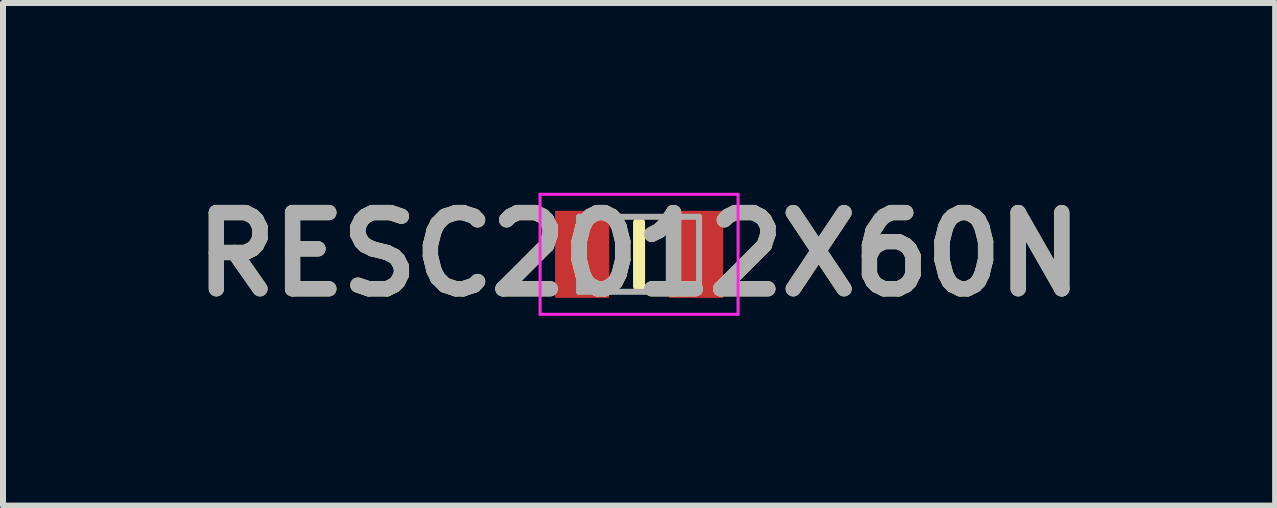
<source format=kicad_pcb>
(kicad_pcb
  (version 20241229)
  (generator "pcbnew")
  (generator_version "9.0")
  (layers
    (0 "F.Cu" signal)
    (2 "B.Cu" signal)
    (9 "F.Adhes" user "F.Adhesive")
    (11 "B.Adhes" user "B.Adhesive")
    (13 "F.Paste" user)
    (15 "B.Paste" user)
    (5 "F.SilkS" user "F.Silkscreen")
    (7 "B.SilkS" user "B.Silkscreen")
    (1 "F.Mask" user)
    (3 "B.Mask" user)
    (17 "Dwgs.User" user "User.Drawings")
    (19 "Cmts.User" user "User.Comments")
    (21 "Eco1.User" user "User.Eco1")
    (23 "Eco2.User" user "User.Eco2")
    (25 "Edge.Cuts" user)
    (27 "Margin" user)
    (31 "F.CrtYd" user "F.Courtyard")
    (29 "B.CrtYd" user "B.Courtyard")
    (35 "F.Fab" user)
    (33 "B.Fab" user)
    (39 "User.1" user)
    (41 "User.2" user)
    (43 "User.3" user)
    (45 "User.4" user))
  (footprint "RESC2012X60N"
    (layer "F.Cu")
    (at 7.602 1.189)
    (property "Reference" "RESC2012X60N" (at 0 0 0) (layer "F.SilkS") (effects (font (size 1.27 1.27) (thickness 0.254))))
    (attr smd)
    (fp_line (start 0 -0.525) (end 0 0.525) (stroke (width 0.2) (type solid)) (layer "F.SilkS"))
    (fp_line (start -1.65 -1) (end 1.65 -1) (stroke (width 0.05) (type solid)) (layer "F.CrtYd"))
    (fp_line (start -1.65 1) (end -1.65 -1) (stroke (width 0.05) (type solid)) (layer "F.CrtYd"))
    (fp_line (start 1.65 -1) (end 1.65 1) (stroke (width 0.05) (type solid)) (layer "F.CrtYd"))
    (fp_line (start 1.65 1) (end -1.65 1) (stroke (width 0.05) (type solid)) (layer "F.CrtYd"))
    (fp_line (start -1 -0.625) (end 1 -0.625) (stroke (width 0.1) (type solid)) (layer "F.Fab"))
    (fp_line (start -1 0.625) (end -1 -0.625) (stroke (width 0.1) (type solid)) (layer "F.Fab"))
    (fp_line (start 1 -0.625) (end 1 0.625) (stroke (width 0.1) (type solid)) (layer "F.Fab"))
    (fp_line (start 1 0.625) (end -1 0.625) (stroke (width 0.1) (type solid)) (layer "F.Fab"))
    (fp_text user "${REFERENCE}" (at 0 0 0) (layer "F.Fab") (effects (font (size 1.27 1.27) (thickness 0.254))))
    (pad "1" smd rect (at -0.95 0) (size 0.9 1.45) (layers "F.Cu" "F.Mask" "F.Paste"))
    (pad "2" smd rect (at 0.95 0) (size 0.9 1.45) (layers "F.Cu" "F.Mask" "F.Paste")))
  (gr_rect
    (start -3 -3)
    (end 18.204 5.377)
    (stroke (width 0.1) (type default))
    (fill no)
    (layer "Edge.Cuts")))
</source>
